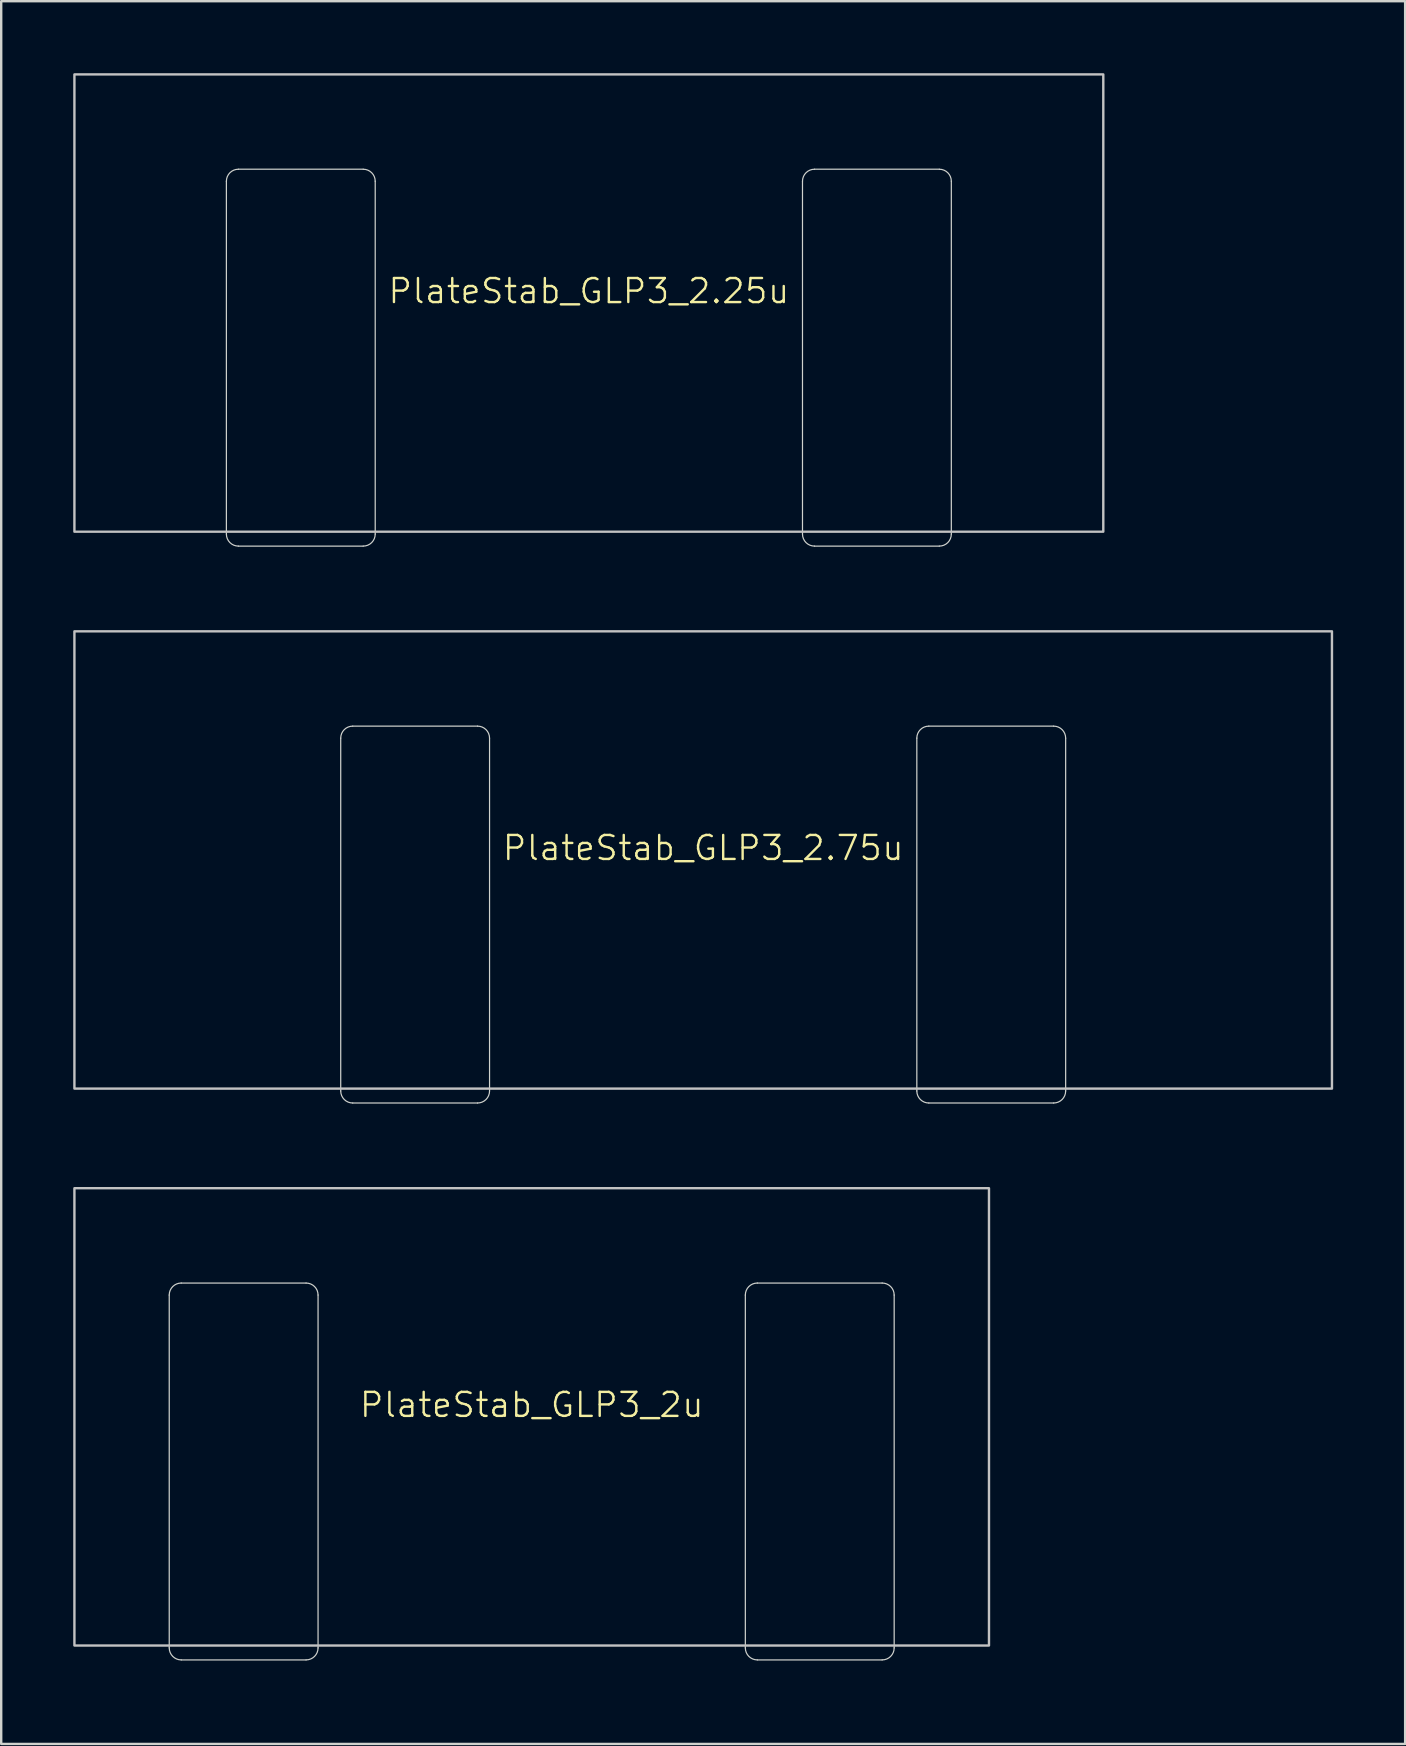
<source format=kicad_pcb>
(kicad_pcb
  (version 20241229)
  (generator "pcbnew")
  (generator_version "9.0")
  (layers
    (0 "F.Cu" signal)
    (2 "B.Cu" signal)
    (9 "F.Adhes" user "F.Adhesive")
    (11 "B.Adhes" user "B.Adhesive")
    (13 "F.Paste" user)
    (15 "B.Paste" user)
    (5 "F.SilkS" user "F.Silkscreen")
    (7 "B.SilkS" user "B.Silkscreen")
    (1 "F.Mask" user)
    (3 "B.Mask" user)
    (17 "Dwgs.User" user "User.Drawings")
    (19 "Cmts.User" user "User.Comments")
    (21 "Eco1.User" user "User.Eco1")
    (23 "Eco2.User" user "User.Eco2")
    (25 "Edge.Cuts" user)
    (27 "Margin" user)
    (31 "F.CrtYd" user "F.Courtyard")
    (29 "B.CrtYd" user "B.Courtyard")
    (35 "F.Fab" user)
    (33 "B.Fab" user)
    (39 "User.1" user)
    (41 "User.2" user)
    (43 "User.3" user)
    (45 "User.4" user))
  (footprint "PlateStab_GLP3_2.75u"
    (layer "F.Cu")
    (at 26.244 32.775)
    (property "Reference" "PlateStab_GLP3_2.75u" (at 0 -0.5 0) (unlocked yes) (layer "F.SilkS") (effects (font (size 1 1) (thickness 0.1))))
    (attr exclude_from_pos_files exclude_from_bom allow_missing_courtyard)
    (fp_rect (start -26.194 -9.525) (end 26.194 9.525) (stroke (width 0.1) (type solid)) (fill no) (layer "Dwgs.User"))
    (fp_line (start -15.1 -5.075) (end -15.1 9.625) (stroke (width 0.05) (type default)) (layer "Edge.Cuts"))
    (fp_line (start -14.6 10.125) (end -9.4 10.125) (stroke (width 0.05) (type default)) (layer "Edge.Cuts"))
    (fp_line (start -9.4 -5.575) (end -14.6 -5.575) (stroke (width 0.05) (type default)) (layer "Edge.Cuts"))
    (fp_line (start -8.9 9.625) (end -8.9 -5.075) (stroke (width 0.05) (type default)) (layer "Edge.Cuts"))
    (fp_line (start 8.9 9.625) (end 8.9 -5.075) (stroke (width 0.05) (type default)) (layer "Edge.Cuts"))
    (fp_line (start 9.4 -5.575) (end 14.6 -5.575) (stroke (width 0.05) (type default)) (layer "Edge.Cuts"))
    (fp_line (start 14.6 10.125) (end 9.4 10.125) (stroke (width 0.05) (type default)) (layer "Edge.Cuts"))
    (fp_line (start 15.1 -5.075) (end 15.1 9.625) (stroke (width 0.05) (type default)) (layer "Edge.Cuts"))
    (fp_arc (start -15.1 -5.075) (mid -14.953553 -5.428553) (end -14.6 -5.575) (stroke (width 0.05) (type default)) (layer "Edge.Cuts"))
    (fp_arc (start -14.6 10.125) (mid -14.953553 9.978553) (end -15.1 9.625) (stroke (width 0.05) (type default)) (layer "Edge.Cuts"))
    (fp_arc (start -9.4 -5.575) (mid -9.046447 -5.428553) (end -8.9 -5.075) (stroke (width 0.05) (type default)) (layer "Edge.Cuts"))
    (fp_arc (start -8.9 9.625) (mid -9.046447 9.978553) (end -9.4 10.125) (stroke (width 0.05) (type default)) (layer "Edge.Cuts"))
    (fp_arc (start 8.9 -5.075) (mid 9.046447 -5.428553) (end 9.4 -5.575) (stroke (width 0.05) (type default)) (layer "Edge.Cuts"))
    (fp_arc (start 9.4 10.125) (mid 9.046447 9.978553) (end 8.9 9.625) (stroke (width 0.05) (type default)) (layer "Edge.Cuts"))
    (fp_arc (start 14.6 -5.575) (mid 14.953553 -5.428553) (end 15.1 -5.075) (stroke (width 0.05) (type default)) (layer "Edge.Cuts"))
    (fp_arc (start 15.1 9.625) (mid 14.953553 9.978553) (end 14.6 10.125) (stroke (width 0.05) (type default)) (layer "Edge.Cuts"))
    (zone (net_name "") (layers "F.Cu" "B.Cu" "Edge.Cuts") (hatch edge 0.5) (connect_pads) (min_thickness 0.25) (filled_areas_thickness no) (keepout (tracks allowed) (vias allowed) (pads allowed) (copperpour not_allowed) (footprints allowed)) (placement (enabled no)) (fill) (polygon (pts (xy 10.644 26.7) (xy 10.644 43.4) (xy 17.844 43.4) (xy 17.844 26.7))))
    (zone (net_name "") (layers "F.Cu" "B.Cu" "Edge.Cuts") (hatch edge 0.5) (connect_pads) (min_thickness 0.25) (filled_areas_thickness no) (keepout (tracks allowed) (vias allowed) (pads allowed) (copperpour not_allowed) (footprints allowed)) (placement (enabled no)) (fill) (polygon (pts (xy 34.644 26.7) (xy 34.644 43.4) (xy 41.844 43.4) (xy 41.844 42.3) (xy 41.844 26.7)))))
  (footprint "PlateStab_GLP3_2.25u"
    (layer "F.Cu")
    (at 21.481 9.575)
    (property "Reference" "PlateStab_GLP3_2.25u" (at 0 -0.5 0) (unlocked yes) (layer "F.SilkS") (effects (font (size 1 1) (thickness 0.1))))
    (attr exclude_from_pos_files exclude_from_bom allow_missing_courtyard)
    (fp_rect (start -21.431 -9.525) (end 21.431 9.525) (stroke (width 0.1) (type solid)) (fill no) (layer "Dwgs.User"))
    (fp_line (start -15.1 -5.075) (end -15.1 9.625) (stroke (width 0.05) (type default)) (layer "Edge.Cuts"))
    (fp_line (start -14.6 10.125) (end -9.4 10.125) (stroke (width 0.05) (type default)) (layer "Edge.Cuts"))
    (fp_line (start -9.4 -5.575) (end -14.6 -5.575) (stroke (width 0.05) (type default)) (layer "Edge.Cuts"))
    (fp_line (start -8.9 9.625) (end -8.9 -5.075) (stroke (width 0.05) (type default)) (layer "Edge.Cuts"))
    (fp_line (start 8.9 9.625) (end 8.9 -5.075) (stroke (width 0.05) (type default)) (layer "Edge.Cuts"))
    (fp_line (start 9.4 -5.575) (end 14.6 -5.575) (stroke (width 0.05) (type default)) (layer "Edge.Cuts"))
    (fp_line (start 14.6 10.125) (end 9.4 10.125) (stroke (width 0.05) (type default)) (layer "Edge.Cuts"))
    (fp_line (start 15.1 -5.075) (end 15.1 9.625) (stroke (width 0.05) (type default)) (layer "Edge.Cuts"))
    (fp_arc (start -15.1 -5.075) (mid -14.953553 -5.428553) (end -14.6 -5.575) (stroke (width 0.05) (type default)) (layer "Edge.Cuts"))
    (fp_arc (start -14.6 10.125) (mid -14.953553 9.978553) (end -15.1 9.625) (stroke (width 0.05) (type default)) (layer "Edge.Cuts"))
    (fp_arc (start -9.4 -5.575) (mid -9.046447 -5.428553) (end -8.9 -5.075) (stroke (width 0.05) (type default)) (layer "Edge.Cuts"))
    (fp_arc (start -8.9 9.625) (mid -9.046447 9.978553) (end -9.4 10.125) (stroke (width 0.05) (type default)) (layer "Edge.Cuts"))
    (fp_arc (start 8.9 -5.075) (mid 9.046447 -5.428553) (end 9.4 -5.575) (stroke (width 0.05) (type default)) (layer "Edge.Cuts"))
    (fp_arc (start 9.4 10.125) (mid 9.046447 9.978553) (end 8.9 9.625) (stroke (width 0.05) (type default)) (layer "Edge.Cuts"))
    (fp_arc (start 14.6 -5.575) (mid 14.953553 -5.428553) (end 15.1 -5.075) (stroke (width 0.05) (type default)) (layer "Edge.Cuts"))
    (fp_arc (start 15.1 9.625) (mid 14.953553 9.978553) (end 14.6 10.125) (stroke (width 0.05) (type default)) (layer "Edge.Cuts"))
    (zone (net_name "") (layers "F.Cu" "B.Cu" "Edge.Cuts") (hatch edge 0.5) (connect_pads) (min_thickness 0.25) (filled_areas_thickness no) (keepout (tracks allowed) (vias allowed) (pads allowed) (copperpour not_allowed) (footprints allowed)) (placement (enabled no)) (fill) (polygon (pts (xy 5.881 3.5) (xy 5.881 20.2) (xy 13.081 20.2) (xy 13.081 3.5))))
    (zone (net_name "") (layers "F.Cu" "B.Cu" "Edge.Cuts") (hatch edge 0.5) (connect_pads) (min_thickness 0.25) (filled_areas_thickness no) (keepout (tracks allowed) (vias allowed) (pads allowed) (copperpour not_allowed) (footprints allowed)) (placement (enabled no)) (fill) (polygon (pts (xy 29.881 3.5) (xy 29.881 20.2) (xy 37.081 20.2) (xy 37.081 19.1) (xy 37.081 3.5)))))
  (footprint "PlateStab_GLP3_2u"
    (layer "F.Cu")
    (at 19.1 55.975)
    (property "Reference" "PlateStab_GLP3_2u" (at 0 -0.5 0) (unlocked yes) (layer "F.SilkS") (effects (font (size 1 1) (thickness 0.1))))
    (attr exclude_from_pos_files exclude_from_bom allow_missing_courtyard)
    (fp_rect (start -19.05 -9.525) (end 19.05 9.525) (stroke (width 0.1) (type solid)) (fill no) (layer "Dwgs.User"))
    (fp_line (start -15.1 -5.075) (end -15.1 9.625) (stroke (width 0.05) (type default)) (layer "Edge.Cuts"))
    (fp_line (start -14.6 10.125) (end -9.4 10.125) (stroke (width 0.05) (type default)) (layer "Edge.Cuts"))
    (fp_line (start -9.4 -5.575) (end -14.6 -5.575) (stroke (width 0.05) (type default)) (layer "Edge.Cuts"))
    (fp_line (start -8.9 9.625) (end -8.9 -5.075) (stroke (width 0.05) (type default)) (layer "Edge.Cuts"))
    (fp_line (start 8.9 9.625) (end 8.9 -5.075) (stroke (width 0.05) (type default)) (layer "Edge.Cuts"))
    (fp_line (start 9.4 -5.575) (end 14.6 -5.575) (stroke (width 0.05) (type default)) (layer "Edge.Cuts"))
    (fp_line (start 14.6 10.125) (end 9.4 10.125) (stroke (width 0.05) (type default)) (layer "Edge.Cuts"))
    (fp_line (start 15.1 -5.075) (end 15.1 9.625) (stroke (width 0.05) (type default)) (layer "Edge.Cuts"))
    (fp_arc (start -15.1 -5.075) (mid -14.953553 -5.428553) (end -14.6 -5.575) (stroke (width 0.05) (type default)) (layer "Edge.Cuts"))
    (fp_arc (start -14.6 10.125) (mid -14.953553 9.978553) (end -15.1 9.625) (stroke (width 0.05) (type default)) (layer "Edge.Cuts"))
    (fp_arc (start -9.4 -5.575) (mid -9.046447 -5.428553) (end -8.9 -5.075) (stroke (width 0.05) (type default)) (layer "Edge.Cuts"))
    (fp_arc (start -8.9 9.625) (mid -9.046447 9.978553) (end -9.4 10.125) (stroke (width 0.05) (type default)) (layer "Edge.Cuts"))
    (fp_arc (start 8.9 -5.075) (mid 9.046447 -5.428553) (end 9.4 -5.575) (stroke (width 0.05) (type default)) (layer "Edge.Cuts"))
    (fp_arc (start 9.4 10.125) (mid 9.046447 9.978553) (end 8.9 9.625) (stroke (width 0.05) (type default)) (layer "Edge.Cuts"))
    (fp_arc (start 14.6 -5.575) (mid 14.953553 -5.428553) (end 15.1 -5.075) (stroke (width 0.05) (type default)) (layer "Edge.Cuts"))
    (fp_arc (start 15.1 9.625) (mid 14.953553 9.978553) (end 14.6 10.125) (stroke (width 0.05) (type default)) (layer "Edge.Cuts"))
    (zone (net_name "") (layers "F.Cu" "B.Cu" "Edge.Cuts") (hatch edge 0.5) (connect_pads) (min_thickness 0.25) (filled_areas_thickness no) (keepout (tracks allowed) (vias allowed) (pads allowed) (copperpour not_allowed) (footprints allowed)) (placement (enabled no)) (fill) (polygon (pts (xy 3.5 49.9) (xy 3.5 66.6) (xy 10.7 66.6) (xy 10.7 49.9))))
    (zone (net_name "") (layers "F.Cu" "B.Cu" "Edge.Cuts") (hatch edge 0.5) (connect_pads) (min_thickness 0.25) (filled_areas_thickness no) (keepout (tracks allowed) (vias allowed) (pads allowed) (copperpour not_allowed) (footprints allowed)) (placement (enabled no)) (fill) (polygon (pts (xy 27.5 49.9) (xy 27.5 66.6) (xy 34.7 66.6) (xy 34.7 65.5) (xy 34.7 49.9)))))
  (gr_rect
    (start -3 -3)
    (end 55.487 69.6)
    (stroke (width 0.1) (type default))
    (fill no)
    (layer "Edge.Cuts")))
</source>
